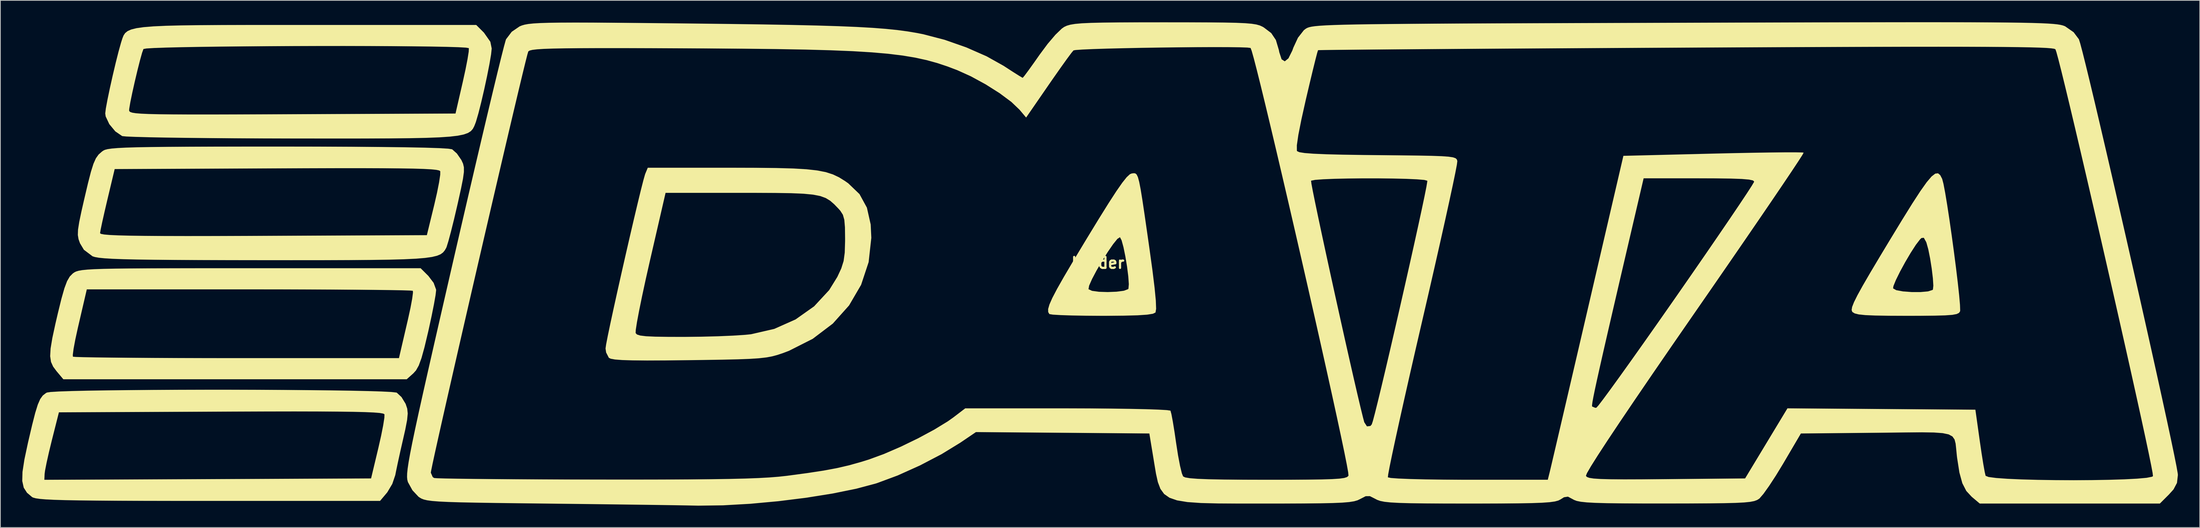
<source format=kicad_pcb>
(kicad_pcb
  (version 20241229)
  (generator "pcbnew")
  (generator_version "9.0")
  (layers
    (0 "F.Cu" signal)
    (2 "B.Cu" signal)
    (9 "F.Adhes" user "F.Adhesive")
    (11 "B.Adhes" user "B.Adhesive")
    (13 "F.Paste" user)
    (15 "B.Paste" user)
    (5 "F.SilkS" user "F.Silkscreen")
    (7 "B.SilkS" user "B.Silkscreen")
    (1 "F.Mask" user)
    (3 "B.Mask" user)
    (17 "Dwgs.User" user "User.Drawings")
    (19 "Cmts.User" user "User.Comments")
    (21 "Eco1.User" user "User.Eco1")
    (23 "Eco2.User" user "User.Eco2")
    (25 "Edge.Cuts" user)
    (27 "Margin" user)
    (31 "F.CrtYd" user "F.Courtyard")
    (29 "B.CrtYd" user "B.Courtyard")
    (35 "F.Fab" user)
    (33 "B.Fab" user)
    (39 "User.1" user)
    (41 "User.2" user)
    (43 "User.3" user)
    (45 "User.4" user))
  (footprint "border"
    (layer "F.Cu")
    (at 147.447 33.031)
    (property "Reference" "border" (at 0 0 0) (layer "F.SilkS") (effects (font (size 1.5 1.5) (thickness 0.3))))
    (attr board_only exclude_from_pos_files exclude_from_bom)
    (fp_poly (pts (xy 5.119 -12.292) (xy 5.311 -12.138) (xy 5.487 -11.772) (xy 5.664 -11.117) (xy 5.863 -10.098) (xy 6.1 -8.637) (xy 6.395 -6.658) (xy 6.766 -4.084) (xy 7.039 -2.177) (xy 7.472 0.956) (xy 7.772 3.397) (xy 7.942 5.171) (xy 7.983 6.297) (xy 7.899 6.8) (xy 7.896 6.804) (xy 7.541 6.975) (xy 6.744 7.101) (xy 5.437 7.188) (xy 3.551 7.238) (xy 1.019 7.257) (xy 0.56 7.257) (xy -1.619 7.245) (xy -3.545 7.212) (xy -5.102 7.16) (xy -6.174 7.096) (xy -6.645 7.021) (xy -6.652 7.015) (xy -6.812 6.742) (xy -6.82 6.327) (xy -6.642 5.706) (xy -6.248 4.811) (xy -5.615 3.6) (xy -1.287 3.6) (xy -1.282 3.609) (xy -0.802 3.831) (xy 0.151 3.96) (xy 1.35 3.997) (xy 2.567 3.948) (xy 3.574 3.814) (xy 4.143 3.599) (xy 4.189 3.535) (xy 4.241 2.916) (xy 4.167 1.843) (xy 3.999 0.511) (xy 3.769 -0.886) (xy 3.51 -2.153) (xy 3.252 -3.098) (xy 3.03 -3.525) (xy 3.019 -3.529) (xy 2.672 -3.297) (xy 2.087 -2.572) (xy 1.355 -1.506) (xy 0.568 -0.251) (xy -0.182 1.04) (xy -0.802 2.213) (xy -1.201 3.118) (xy -1.287 3.6) (xy -5.615 3.6) (xy -5.603 3.577) (xy -4.675 1.937) (xy -3.431 -0.174) (xy -1.839 -2.822) (xy -1.542 -3.314) (xy 0.124 -6.046) (xy 1.469 -8.203) (xy 2.529 -9.839) (xy 3.344 -11.009) (xy 3.949 -11.767) (xy 4.385 -12.17) (xy 4.614 -12.27) (xy 4.893 -12.31)) (stroke (width 0) (type solid)) (fill yes) (layer "F.SilkS"))
    (fp_poly (pts (xy 115.468 -12.048) (xy 115.728 -11.545) (xy 115.738 -11.521) (xy 115.911 -10.859) (xy 116.145 -9.632) (xy 116.421 -7.963) (xy 116.725 -5.974) (xy 117.038 -3.79) (xy 117.345 -1.533) (xy 117.63 0.673) (xy 117.874 2.705) (xy 118.062 4.439) (xy 118.177 5.752) (xy 118.203 6.522) (xy 118.184 6.65) (xy 118.035 6.861) (xy 117.708 7.017) (xy 117.107 7.127) (xy 116.137 7.197) (xy 114.7 7.237) (xy 112.702 7.254) (xy 110.909 7.257) (xy 108.407 7.249) (xy 106.536 7.219) (xy 105.2 7.161) (xy 104.303 7.067) (xy 103.749 6.93) (xy 103.443 6.744) (xy 103.406 6.703) (xy 103.321 6.459) (xy 103.389 6.043) (xy 103.643 5.391) (xy 104.118 4.436) (xy 104.638 3.494) (xy 109.006 3.494) (xy 109.437 3.739) (xy 110.361 3.909) (xy 111.549 3.997) (xy 112.773 3.998) (xy 113.804 3.905) (xy 114.412 3.71) (xy 114.467 3.652) (xy 114.524 3.125) (xy 114.46 2.099) (xy 114.303 0.785) (xy 114.084 -0.605) (xy 113.833 -1.859) (xy 113.58 -2.768) (xy 113.54 -2.871) (xy 113.218 -3.453) (xy 112.891 -3.417) (xy 112.702 -3.234) (xy 112.129 -2.487) (xy 111.42 -1.388) (xy 110.665 -0.106) (xy 109.958 1.194) (xy 109.39 2.344) (xy 109.052 3.177) (xy 109.006 3.494) (xy 104.638 3.494) (xy 104.847 3.114) (xy 105.866 1.359) (xy 107.207 -0.894) (xy 108.532 -3.093) (xy 110.248 -5.915) (xy 111.64 -8.156) (xy 112.75 -9.863) (xy 113.617 -11.084) (xy 114.282 -11.865) (xy 114.785 -12.255) (xy 115.167 -12.3)) (stroke (width 0) (type solid)) (fill yes) (layer "F.SilkS"))
    (fp_poly (pts (xy -91.775 1.786) (xy -91.055 2.734) (xy -90.72 3.649) (xy -90.714 3.756) (xy -90.793 4.438) (xy -91.009 5.665) (xy -91.33 7.274) (xy -91.726 9.104) (xy -91.816 9.499) (xy -92.309 11.572) (xy -92.719 13.055) (xy -93.091 14.072) (xy -93.47 14.748) (xy -93.832 15.149) (xy -94.746 15.966) (xy -118.279 15.966) (xy -141.813 15.966) (xy -142.752 14.849) (xy -143.214 14.228) (xy -143.505 13.584) (xy -143.621 12.794) (xy -143.611 12.617) (xy -140.519 12.617) (xy -140.501 12.867) (xy -140.113 12.901) (xy -139.062 12.934) (xy -137.411 12.965) (xy -135.222 12.992) (xy -132.559 13.015) (xy -129.484 13.035) (xy -126.06 13.05) (xy -122.35 13.059) (xy -118.416 13.063) (xy -118.056 13.063) (xy -95.808 13.063) (xy -95.618 12.246) (xy -95.459 11.558) (xy -95.179 10.355) (xy -94.825 8.829) (xy -94.569 7.726) (xy -94.231 6.18) (xy -93.995 4.911) (xy -93.887 4.074) (xy -93.905 3.825) (xy -94.293 3.79) (xy -95.344 3.757) (xy -96.995 3.727) (xy -99.183 3.7) (xy -101.846 3.676) (xy -104.922 3.656) (xy -108.346 3.642) (xy -112.056 3.632) (xy -115.99 3.629) (xy -116.349 3.629) (xy -138.598 3.629) (xy -138.787 4.445) (xy -138.947 5.134) (xy -139.227 6.337) (xy -139.581 7.862) (xy -139.837 8.966) (xy -140.174 10.511) (xy -140.411 11.78) (xy -140.519 12.617) (xy -143.611 12.617) (xy -143.561 11.738) (xy -143.321 10.294) (xy -142.899 8.34) (xy -142.57 6.927) (xy -142.074 4.906) (xy -141.667 3.472) (xy -141.303 2.501) (xy -140.935 1.867) (xy -140.525 1.452) (xy -140.322 1.306) (xy -140.076 1.181) (xy -139.732 1.076) (xy -139.236 0.988) (xy -138.534 0.916) (xy -137.571 0.859) (xy -136.293 0.814) (xy -134.646 0.781) (xy -132.576 0.757) (xy -130.028 0.742) (xy -126.948 0.732) (xy -123.282 0.727) (xy -118.975 0.726) (xy -116.219 0.726) (xy -92.836 0.726)) (stroke (width 0) (type solid)) (fill yes) (layer "F.SilkS"))
    (fp_poly (pts (xy -118.788 17.402) (xy -115.166 17.411) (xy -111.645 17.429) (xy -108.302 17.455) (xy -105.211 17.489) (xy -102.448 17.532) (xy -100.088 17.583) (xy -98.206 17.642) (xy -96.877 17.71) (xy -96.177 17.786) (xy -96.103 17.809) (xy -95.458 18.409) (xy -94.902 19.323) (xy -94.882 19.37) (xy -94.674 19.991) (xy -94.606 20.662) (xy -94.69 21.558) (xy -94.939 22.854) (xy -95.232 24.149) (xy -95.618 25.843) (xy -95.965 27.423) (xy -96.223 28.657) (xy -96.31 29.109) (xy -96.721 30.323) (xy -97.403 31.47) (xy -97.474 31.558) (xy -98.399 32.657) (xy -121.872 32.657) (xy -126.668 32.655) (xy -130.79 32.649) (xy -134.288 32.636) (xy -137.214 32.617) (xy -139.619 32.59) (xy -141.553 32.554) (xy -143.069 32.508) (xy -144.217 32.451) (xy -145.048 32.381) (xy -145.613 32.297) (xy -145.964 32.199) (xy -146.101 32.127) (xy -146.798 31.536) (xy -147.244 30.84) (xy -147.447 29.926) (xy -147.443 29.76) (xy -144.417 29.76) (xy -122.023 29.666) (xy -99.63 29.573) (xy -98.634 25.4) (xy -98.255 23.725) (xy -97.971 22.289) (xy -97.809 21.249) (xy -97.794 20.771) (xy -97.965 20.674) (xy -98.436 20.592) (xy -99.253 20.525) (xy -100.461 20.472) (xy -102.106 20.432) (xy -104.234 20.404) (xy -106.889 20.388) (xy -110.118 20.382) (xy -113.966 20.387) (xy -118.478 20.401) (xy -120.186 20.408) (xy -142.421 20.501) (xy -143.383 24.311) (xy -143.784 25.96) (xy -144.11 27.418) (xy -144.322 28.497) (xy -144.381 28.941) (xy -144.417 29.76) (xy -147.443 29.76) (xy -147.414 28.676) (xy -147.152 26.975) (xy -146.67 24.707) (xy -146.611 24.452) (xy -146.087 22.217) (xy -145.67 20.584) (xy -145.317 19.443) (xy -144.987 18.685) (xy -144.639 18.2) (xy -144.23 17.879) (xy -144.07 17.788) (xy -143.566 17.71) (xy -142.411 17.641) (xy -140.681 17.581) (xy -138.452 17.529) (xy -135.797 17.487) (xy -132.793 17.453) (xy -129.515 17.427) (xy -126.038 17.41) (xy -122.438 17.402)) (stroke (width 0) (type solid)) (fill yes) (layer "F.SilkS"))
    (fp_poly (pts (xy -46.995 -13.055) (xy -44.119 -13.026) (xy -41.796 -12.962) (xy -39.941 -12.854) (xy -38.467 -12.689) (xy -37.289 -12.457) (xy -36.321 -12.145) (xy -35.476 -11.744) (xy -34.668 -11.241) (xy -34.216 -10.922) (xy -32.677 -9.444) (xy -31.663 -7.587) (xy -31.144 -5.278) (xy -31.057 -3.447) (xy -31.426 -0.107) (xy -32.457 3.005) (xy -34.107 5.833) (xy -36.333 8.323) (xy -39.093 10.416) (xy -42.343 12.059) (xy -43.221 12.391) (xy -43.939 12.63) (xy -44.648 12.82) (xy -45.446 12.968) (xy -46.43 13.08) (xy -47.695 13.164) (xy -49.338 13.227) (xy -51.456 13.277) (xy -54.145 13.32) (xy -56.061 13.345) (xy -59.27 13.38) (xy -61.82 13.389) (xy -63.78 13.373) (xy -65.215 13.328) (xy -66.194 13.252) (xy -66.784 13.144) (xy -67.038 13.018) (xy -67.409 12.293) (xy -67.491 11.742) (xy -67.411 11.188) (xy -67.188 10.033) (xy -67.103 9.626) (xy -63.365 9.626) (xy -63.18 9.822) (xy -62.733 9.964) (xy -61.931 10.061) (xy -60.679 10.119) (xy -58.882 10.145) (xy -56.708 10.149) (xy -54.379 10.124) (xy -52.083 10.065) (xy -50.007 9.976) (xy -48.342 9.867) (xy -47.554 9.787) (xy -44.36 9.053) (xy -41.441 7.754) (xy -38.899 5.956) (xy -36.836 3.729) (xy -35.716 1.916) (xy -35.176 0.757) (xy -34.855 -0.264) (xy -34.7 -1.417) (xy -34.654 -2.973) (xy -34.653 -3.327) (xy -34.672 -4.89) (xy -34.759 -5.92) (xy -34.955 -6.61) (xy -35.303 -7.153) (xy -35.56 -7.444) (xy -36.143 -8.05) (xy -36.694 -8.531) (xy -37.3 -8.902) (xy -38.051 -9.177) (xy -39.035 -9.37) (xy -40.34 -9.496) (xy -42.055 -9.57) (xy -44.269 -9.604) (xy -47.07 -9.615) (xy -48.953 -9.616) (xy -59.261 -9.616) (xy -61.415 -0.262) (xy -61.984 2.26) (xy -62.481 4.564) (xy -62.887 6.553) (xy -63.182 8.126) (xy -63.346 9.186) (xy -63.365 9.626) (xy -67.103 9.626) (xy -66.844 8.384) (xy -66.404 6.345) (xy -65.892 4.022) (xy -65.332 1.52) (xy -64.748 -1.054) (xy -64.164 -3.597) (xy -63.604 -6.001) (xy -63.092 -8.161) (xy -62.652 -9.973) (xy -62.307 -11.33) (xy -62.082 -12.127) (xy -62.04 -12.246) (xy -61.701 -13.063) (xy -50.511 -13.063)) (stroke (width 0) (type solid)) (fill yes) (layer "F.SilkS"))
    (fp_poly (pts (xy -107.016 -15.96) (xy -102.314 -15.942) (xy -98.283 -15.912) (xy -94.933 -15.871) (xy -92.273 -15.818) (xy -90.311 -15.754) (xy -89.056 -15.679) (xy -88.518 -15.593) (xy -88.517 -15.592) (xy -87.868 -15.016) (xy -87.26 -14.136) (xy -87.239 -14.097) (xy -87.02 -13.618) (xy -86.905 -13.121) (xy -86.905 -12.473) (xy -87.032 -11.543) (xy -87.3 -10.198) (xy -87.719 -8.305) (xy -87.823 -7.848) (xy -88.264 -5.964) (xy -88.68 -4.294) (xy -89.031 -2.987) (xy -89.279 -2.189) (xy -89.336 -2.056) (xy -89.529 -1.721) (xy -89.767 -1.433) (xy -90.103 -1.189) (xy -90.59 -0.986) (xy -91.282 -0.819) (xy -92.232 -0.685) (xy -93.493 -0.581) (xy -95.118 -0.502) (xy -97.162 -0.446) (xy -99.676 -0.409) (xy -102.714 -0.388) (xy -106.33 -0.377) (xy -110.576 -0.375) (xy -114.379 -0.377) (xy -119.087 -0.382) (xy -123.122 -0.393) (xy -126.537 -0.41) (xy -129.384 -0.434) (xy -131.715 -0.468) (xy -133.584 -0.511) (xy -135.042 -0.565) (xy -136.143 -0.632) (xy -136.939 -0.712) (xy -137.483 -0.807) (xy -137.809 -0.91) (xy -138.997 -1.806) (xy -139.53 -2.693) (xy -139.732 -3.256) (xy -139.827 -3.835) (xy -139.818 -4.079) (xy -136.782 -4.079) (xy -136.651 -3.983) (xy -136.223 -3.902) (xy -135.452 -3.835) (xy -134.292 -3.782) (xy -132.698 -3.741) (xy -130.626 -3.713) (xy -128.029 -3.697) (xy -124.863 -3.691) (xy -121.082 -3.695) (xy -116.642 -3.708) (xy -114.391 -3.717) (xy -91.984 -3.81) (xy -90.973 -7.957) (xy -90.59 -9.629) (xy -90.306 -11.065) (xy -90.15 -12.108) (xy -90.146 -12.587) (xy -90.296 -12.688) (xy -90.695 -12.773) (xy -91.391 -12.844) (xy -92.434 -12.9) (xy -93.87 -12.944) (xy -95.75 -12.974) (xy -98.122 -12.993) (xy -101.034 -13.002) (xy -104.534 -13) (xy -108.673 -12.99) (xy -112.553 -12.975) (xy -134.776 -12.881) (xy -135.771 -8.709) (xy -136.163 -7.032) (xy -136.486 -5.595) (xy -136.703 -4.555) (xy -136.782 -4.079) (xy -139.818 -4.079) (xy -139.801 -4.572) (xy -139.639 -5.61) (xy -139.329 -7.093) (xy -138.949 -8.758) (xy -138.439 -10.926) (xy -138.034 -12.503) (xy -137.687 -13.606) (xy -137.353 -14.356) (xy -136.986 -14.871) (xy -136.538 -15.268) (xy -136.351 -15.403) (xy -136.119 -15.518) (xy -135.743 -15.616) (xy -135.169 -15.699) (xy -134.345 -15.768) (xy -133.217 -15.825) (xy -131.733 -15.87) (xy -129.841 -15.904) (xy -127.486 -15.93) (xy -124.618 -15.947) (xy -121.182 -15.958) (xy -117.126 -15.964) (xy -112.397 -15.966) (xy -112.381 -15.966)) (stroke (width 0) (type solid)) (fill yes) (layer "F.SilkS"))
    (fp_poly (pts (xy -108.303 -32.657) (xy -85.216 -32.657) (xy -84.155 -31.596) (xy -83.28 -30.349) (xy -83.094 -29.426) (xy -83.179 -28.614) (xy -83.405 -27.285) (xy -83.732 -25.626) (xy -84.12 -23.822) (xy -84.529 -22.06) (xy -84.917 -20.527) (xy -85.244 -19.406) (xy -85.329 -19.166) (xy -85.494 -18.75) (xy -85.683 -18.393) (xy -85.948 -18.09) (xy -86.342 -17.837) (xy -86.919 -17.629) (xy -87.729 -17.462) (xy -88.828 -17.331) (xy -90.266 -17.233) (xy -92.098 -17.162) (xy -94.375 -17.116) (xy -97.151 -17.088) (xy -100.477 -17.075) (xy -104.408 -17.072) (xy -108.996 -17.076) (xy -110.545 -17.077) (xy -114.533 -17.086) (xy -118.319 -17.104) (xy -121.839 -17.13) (xy -125.027 -17.163) (xy -127.819 -17.203) (xy -130.151 -17.248) (xy -131.957 -17.297) (xy -133.173 -17.349) (xy -133.735 -17.404) (xy -133.753 -17.41) (xy -134.691 -18.053) (xy -135.515 -19.046) (xy -136.012 -20.103) (xy -136.071 -20.518) (xy -136.018 -20.952) (xy -132.799 -20.952) (xy -132.769 -20.822) (xy -132.641 -20.71) (xy -132.362 -20.618) (xy -131.878 -20.542) (xy -131.137 -20.482) (xy -130.086 -20.436) (xy -128.671 -20.403) (xy -126.84 -20.383) (xy -124.539 -20.373) (xy -121.716 -20.372) (xy -118.317 -20.379) (xy -114.289 -20.392) (xy -110.431 -20.408) (xy -88.056 -20.501) (xy -87.057 -24.85) (xy -86.687 -26.54) (xy -86.408 -27.971) (xy -86.246 -28.996) (xy -86.228 -29.47) (xy -86.231 -29.476) (xy -86.626 -29.544) (xy -87.67 -29.603) (xy -89.288 -29.652) (xy -91.402 -29.693) (xy -93.937 -29.724) (xy -96.815 -29.747) (xy -99.962 -29.762) (xy -103.3 -29.769) (xy -106.753 -29.767) (xy -110.245 -29.758) (xy -113.699 -29.741) (xy -117.04 -29.717) (xy -120.191 -29.686) (xy -123.075 -29.648) (xy -125.616 -29.603) (xy -127.739 -29.551) (xy -129.366 -29.493) (xy -130.422 -29.429) (xy -130.83 -29.359) (xy -130.831 -29.358) (xy -131.021 -28.832) (xy -131.313 -27.781) (xy -131.664 -26.391) (xy -132.03 -24.848) (xy -132.367 -23.338) (xy -132.632 -22.048) (xy -132.781 -21.163) (xy -132.799 -20.952) (xy -136.018 -20.952) (xy -135.988 -21.201) (xy -135.763 -22.411) (xy -135.438 -23.972) (xy -135.05 -25.706) (xy -134.641 -27.439) (xy -134.249 -28.993) (xy -133.915 -30.193) (xy -133.852 -30.396) (xy -133.711 -30.837) (xy -133.559 -31.217) (xy -133.343 -31.54) (xy -133.011 -31.811) (xy -132.511 -32.034) (xy -131.792 -32.214) (xy -130.801 -32.355) (xy -129.486 -32.463) (xy -127.795 -32.542) (xy -125.676 -32.596) (xy -123.077 -32.63) (xy -119.947 -32.648) (xy -116.232 -32.656) (xy -111.881 -32.657)) (stroke (width 0) (type solid)) (fill yes) (layer "F.SilkS"))
    (fp_poly (pts (xy 116.843 -33.029) (xy 119.882 -33.021) (xy 122.486 -33.008) (xy 124.69 -32.989) (xy 126.53 -32.964) (xy 128.043 -32.932) (xy 129.265 -32.894) (xy 130.232 -32.849) (xy 130.981 -32.796) (xy 131.547 -32.735) (xy 131.968 -32.666) (xy 132.278 -32.588) (xy 132.515 -32.502) (xy 132.598 -32.464) (xy 133.756 -31.657) (xy 134.476 -30.695) (xy 134.658 -30.121) (xy 134.98 -28.906) (xy 135.428 -27.114) (xy 135.987 -24.812) (xy 136.642 -22.066) (xy 137.377 -18.94) (xy 138.179 -15.5) (xy 139.033 -11.812) (xy 139.922 -7.942) (xy 140.834 -3.955) (xy 141.751 0.083) (xy 142.661 4.107) (xy 143.548 8.051) (xy 144.396 11.849) (xy 145.192 15.436) (xy 145.919 18.747) (xy 146.565 21.716) (xy 147.112 24.276) (xy 147.547 26.363) (xy 147.855 27.912) (xy 148.021 28.855) (xy 148.046 29.094) (xy 147.922 30.185) (xy 147.448 31.081) (xy 146.812 31.786) (xy 145.578 33.02) (xy 133.233 33.02) (xy 120.887 33.02) (xy 119.778 32.086) (xy 119.041 31.29) (xy 118.499 30.234) (xy 118.097 28.769) (xy 117.781 26.745) (xy 117.75 26.489) (xy 117.657 25.542) (xy 117.578 24.796) (xy 117.432 24.228) (xy 117.141 23.814) (xy 116.625 23.531) (xy 115.807 23.358) (xy 114.607 23.27) (xy 112.946 23.246) (xy 110.745 23.262) (xy 107.925 23.296) (xy 106.759 23.308) (xy 96.368 23.404) (xy 93.93 27.556) (xy 92.95 29.167) (xy 92.02 30.592) (xy 91.237 31.689) (xy 90.699 32.315) (xy 90.65 32.356) (xy 90.367 32.534) (xy 89.981 32.677) (xy 89.413 32.788) (xy 88.586 32.871) (xy 87.422 32.931) (xy 85.842 32.97) (xy 83.769 32.995) (xy 81.124 33.007) (xy 77.911 33.012) (xy 74.59 33.01) (xy 71.919 32.998) (xy 69.82 32.972) (xy 68.218 32.928) (xy 67.036 32.863) (xy 66.198 32.774) (xy 65.627 32.658) (xy 65.248 32.51) (xy 65.136 32.444) (xy 64.436 32.073) (xy 63.89 32.156) (xy 63.435 32.444) (xy 63.123 32.605) (xy 62.649 32.734) (xy 61.934 32.834) (xy 60.902 32.908) (xy 59.477 32.96) (xy 57.582 32.994) (xy 55.142 33.012) (xy 52.078 33.02) (xy 50.866 33.02) (xy 47.588 33.017) (xy 44.957 33.004) (xy 42.892 32.978) (xy 41.315 32.934) (xy 40.145 32.87) (xy 39.303 32.781) (xy 38.709 32.663) (xy 38.285 32.513) (xy 38.065 32.397) (xy 37.289 32.003) (xy 36.708 32.011) (xy 35.958 32.397) (xy 35.601 32.57) (xy 35.127 32.708) (xy 34.456 32.815) (xy 33.509 32.895) (xy 32.207 32.951) (xy 30.47 32.988) (xy 28.221 33.009) (xy 25.378 33.019) (xy 23.058 33.02) (xy 19.45 33.021) (xy 16.496 33.007) (xy 14.127 32.948) (xy 12.271 32.817) (xy 10.858 32.585) (xy 9.818 32.224) (xy 9.079 31.706) (xy 8.571 31.003) (xy 8.224 30.086) (xy 7.966 28.927) (xy 7.727 27.498) (xy 7.622 26.851) (xy 7.054 23.404) (xy -4.831 23.309) (xy -16.717 23.213) (xy -18.847 24.66) (xy -21.415 26.235) (xy -24.384 27.787) (xy -27.446 29.166) (xy -30.29 30.222) (xy -30.436 30.268) (xy -33.127 30.986) (xy -36.368 31.645) (xy -39.987 32.223) (xy -43.81 32.7) (xy -47.664 33.054) (xy -51.375 33.264) (xy -54.769 33.309) (xy -55.336 33.298) (xy -56.381 33.277) (xy -58.061 33.249) (xy -60.284 33.216) (xy -62.958 33.179) (xy -65.994 33.14) (xy -69.298 33.098) (xy -72.781 33.057) (xy -75.357 33.027) (xy -79.282 32.982) (xy -82.546 32.941) (xy -85.216 32.899) (xy -87.356 32.855) (xy -89.033 32.804) (xy -90.312 32.742) (xy -91.258 32.667) (xy -91.937 32.575) (xy -92.414 32.461) (xy -92.756 32.324) (xy -93.027 32.158) (xy -93.137 32.078) (xy -93.962 31.196) (xy -94.572 30.09) (xy -94.597 30.017) (xy -94.666 29.741) (xy -94.699 29.381) (xy -94.686 28.891) (xy -94.675 28.786) (xy -91.44 28.786) (xy -91.18 29.384) (xy -90.986 29.514) (xy -90.551 29.547) (xy -89.454 29.58) (xy -87.761 29.61) (xy -85.534 29.639) (xy -82.84 29.664) (xy -79.741 29.686) (xy -76.303 29.704) (xy -72.59 29.718) (xy -68.689 29.726) (xy -63.839 29.729) (xy -59.653 29.723) (xy -56.069 29.707) (xy -53.026 29.68) (xy -50.461 29.641) (xy -48.314 29.589) (xy -46.523 29.521) (xy -45.025 29.438) (xy -43.76 29.337) (xy -42.665 29.218) (xy -42.564 29.205) (xy -39.807 28.835) (xy -37.595 28.496) (xy -35.751 28.152) (xy -34.095 27.767) (xy -32.451 27.306) (xy -31.387 26.975) (xy -29.33 26.221) (xy -27.01 25.216) (xy -24.637 24.064) (xy -22.423 22.871) (xy -20.577 21.742) (xy -19.822 21.206) (xy -18.186 19.957) (xy -4.216 19.957) (xy -1.076 19.965) (xy 1.822 19.988) (xy 4.4 20.025) (xy 6.578 20.072) (xy 8.279 20.13) (xy 9.424 20.195) (xy 9.935 20.266) (xy 9.953 20.279) (xy 10.08 20.749) (xy 10.274 21.78) (xy 10.507 23.216) (xy 10.726 24.718) (xy 10.988 26.401) (xy 11.26 27.838) (xy 11.509 28.863) (xy 11.682 29.295) (xy 11.967 29.433) (xy 12.611 29.542) (xy 13.676 29.626) (xy 15.224 29.687) (xy 17.316 29.727) (xy 20.014 29.748) (xy 23.097 29.754) (xy 26.25 29.751) (xy 28.751 29.737) (xy 30.678 29.711) (xy 32.105 29.666) (xy 33.108 29.601) (xy 33.762 29.51) (xy 34.141 29.391) (xy 34.322 29.239) (xy 34.352 29.18) (xy 34.311 28.735) (xy 34.117 27.65) (xy 33.787 25.989) (xy 33.333 23.818) (xy 32.772 21.199) (xy 32.117 18.197) (xy 31.383 14.876) (xy 30.586 11.301) (xy 29.739 7.536) (xy 28.857 3.644) (xy 27.956 -0.309) (xy 27.05 -4.259) (xy 26.153 -8.143) (xy 25.425 -11.271) (xy 29.224 -11.271) (xy 29.271 -10.882) (xy 29.46 -9.871) (xy 29.773 -8.322) (xy 30.19 -6.321) (xy 30.694 -3.952) (xy 31.265 -1.302) (xy 31.884 1.545) (xy 32.533 4.505) (xy 33.194 7.491) (xy 33.846 10.418) (xy 34.473 13.202) (xy 35.054 15.758) (xy 35.572 18) (xy 36.007 19.843) (xy 36.341 21.202) (xy 36.516 21.862) (xy 36.884 22.43) (xy 37.362 22.372) (xy 37.542 22.156) (xy 37.694 21.695) (xy 37.978 20.621) (xy 38.377 19.019) (xy 38.871 16.974) (xy 39.441 14.572) (xy 40.067 11.896) (xy 40.729 9.033) (xy 41.409 6.067) (xy 42.087 3.083) (xy 42.744 0.166) (xy 43.36 -2.598) (xy 43.916 -5.125) (xy 44.393 -7.33) (xy 44.771 -9.127) (xy 45.031 -10.431) (xy 45.153 -11.159) (xy 45.156 -11.28) (xy 44.742 -11.388) (xy 43.732 -11.474) (xy 42.256 -11.539) (xy 40.444 -11.582) (xy 38.426 -11.604) (xy 36.331 -11.605) (xy 34.289 -11.584) (xy 32.43 -11.543) (xy 30.884 -11.48) (xy 29.78 -11.397) (xy 29.249 -11.292) (xy 29.224 -11.271) (xy 25.425 -11.271) (xy 25.28 -11.896) (xy 24.446 -15.454) (xy 24.282 -16.149) (xy 27.274 -16.149) (xy 27.277 -15.414) (xy 27.311 -15.336) (xy 27.619 -15.196) (xy 28.343 -15.081) (xy 29.539 -14.988) (xy 31.263 -14.913) (xy 33.571 -14.855) (xy 36.518 -14.811) (xy 38.412 -14.792) (xy 41.485 -14.763) (xy 43.911 -14.733) (xy 45.765 -14.697) (xy 47.128 -14.648) (xy 48.075 -14.58) (xy 48.684 -14.488) (xy 49.034 -14.365) (xy 49.202 -14.206) (xy 49.266 -14.004) (xy 49.272 -13.961) (xy 49.211 -13.483) (xy 48.998 -12.363) (xy 48.646 -10.664) (xy 48.17 -8.451) (xy 47.585 -5.787) (xy 46.903 -2.736) (xy 46.14 0.637) (xy 45.309 4.269) (xy 44.462 7.932) (xy 43.582 11.737) (xy 42.76 15.333) (xy 42.009 18.659) (xy 41.342 21.651) (xy 40.773 24.247) (xy 40.316 26.384) (xy 39.984 28.001) (xy 39.792 29.035) (xy 39.752 29.422) (xy 40.158 29.51) (xy 41.208 29.587) (xy 42.822 29.653) (xy 44.917 29.705) (xy 47.413 29.739) (xy 50.229 29.754) (xy 50.815 29.754) (xy 61.672 29.754) (xy 61.923 28.756) (xy 62.049 28.23) (xy 62.323 27.062) (xy 62.732 25.316) (xy 63.259 23.059) (xy 63.89 20.354) (xy 64.047 19.678) (xy 67.741 19.678) (xy 67.75 19.704) (xy 68.192 19.888) (xy 68.341 19.86) (xy 68.624 19.544) (xy 69.279 18.687) (xy 70.266 17.347) (xy 71.543 15.58) (xy 73.071 13.442) (xy 74.807 10.991) (xy 76.713 8.282) (xy 78.747 5.373) (xy 79.348 4.51) (xy 81.404 1.547) (xy 83.33 -1.243) (xy 85.085 -3.802) (xy 86.632 -6.072) (xy 87.93 -7.995) (xy 88.941 -9.515) (xy 89.625 -10.571) (xy 89.943 -11.108) (xy 89.962 -11.158) (xy 89.805 -11.317) (xy 89.266 -11.437) (xy 88.274 -11.522) (xy 86.757 -11.576) (xy 84.645 -11.605) (xy 82.4 -11.611) (xy 74.811 -11.611) (xy 73.689 -6.804) (xy 72.516 -1.776) (xy 71.499 2.59) (xy 70.63 6.339) (xy 69.896 9.516) (xy 69.289 12.164) (xy 68.799 14.33) (xy 68.415 16.057) (xy 68.127 17.39) (xy 67.926 18.374) (xy 67.801 19.054) (xy 67.743 19.474) (xy 67.741 19.678) (xy 64.047 19.678) (xy 64.609 17.267) (xy 65.401 13.863) (xy 66.251 10.207) (xy 67.105 6.531) (xy 72.036 -14.696) (xy 84.306 -15.001) (xy 87.216 -15.068) (xy 89.89 -15.12) (xy 92.242 -15.156) (xy 94.188 -15.176) (xy 95.642 -15.177) (xy 96.519 -15.159) (xy 96.747 -15.134) (xy 96.574 -14.815) (xy 96.018 -13.948) (xy 95.112 -12.579) (xy 93.887 -10.756) (xy 92.376 -8.525) (xy 90.61 -5.935) (xy 88.621 -3.031) (xy 86.442 0.139) (xy 84.105 3.528) (xy 81.804 6.854) (xy 78.745 11.281) (xy 76.007 15.267) (xy 73.603 18.793) (xy 71.546 21.839) (xy 69.848 24.388) (xy 68.523 26.419) (xy 67.582 27.915) (xy 67.038 28.856) (xy 66.9 29.217) (xy 67.039 29.375) (xy 67.371 29.497) (xy 67.972 29.588) (xy 68.917 29.65) (xy 70.281 29.687) (xy 72.138 29.7) (xy 74.565 29.694) (xy 77.636 29.671) (xy 77.914 29.669) (xy 88.719 29.573) (xy 91.621 24.763) (xy 94.524 19.954) (xy 107.406 20.046) (xy 120.287 20.139) (xy 120.886 24.408) (xy 121.138 26.13) (xy 121.375 27.617) (xy 121.57 28.704) (xy 121.691 29.216) (xy 122.101 29.376) (xy 123.13 29.511) (xy 124.669 29.622) (xy 126.61 29.708) (xy 128.848 29.769) (xy 131.274 29.805) (xy 133.78 29.816) (xy 136.261 29.802) (xy 138.607 29.762) (xy 140.712 29.696) (xy 142.469 29.604) (xy 143.769 29.486) (xy 144.506 29.341) (xy 144.63 29.258) (xy 144.583 28.83) (xy 144.383 27.76) (xy 144.047 26.113) (xy 143.59 23.952) (xy 143.025 21.342) (xy 142.367 18.348) (xy 141.632 15.034) (xy 140.833 11.463) (xy 139.986 7.702) (xy 139.105 3.813) (xy 138.205 -0.138) (xy 137.301 -4.088) (xy 136.407 -7.971) (xy 135.538 -11.724) (xy 134.709 -15.283) (xy 133.935 -18.581) (xy 133.229 -21.557) (xy 132.607 -24.144) (xy 132.084 -26.279) (xy 131.674 -27.897) (xy 131.392 -28.934) (xy 131.257 -29.321) (xy 131.092 -29.389) (xy 130.694 -29.448) (xy 130.03 -29.501) (xy 129.068 -29.546) (xy 127.775 -29.583) (xy 126.12 -29.613) (xy 124.07 -29.637) (xy 121.593 -29.653) (xy 118.656 -29.663) (xy 115.228 -29.666) (xy 111.276 -29.663) (xy 106.768 -29.653) (xy 101.672 -29.637) (xy 95.955 -29.615) (xy 89.585 -29.587) (xy 82.531 -29.554) (xy 80.584 -29.544) (xy 74.603 -29.514) (xy 68.823 -29.483) (xy 63.286 -29.452) (xy 58.032 -29.421) (xy 53.103 -29.391) (xy 48.542 -29.361) (xy 44.388 -29.333) (xy 40.683 -29.306) (xy 37.47 -29.281) (xy 34.788 -29.257) (xy 32.681 -29.236) (xy 31.188 -29.217) (xy 30.351 -29.202) (xy 30.179 -29.193) (xy 30.063 -28.824) (xy 29.813 -27.86) (xy 29.455 -26.411) (xy 29.018 -24.589) (xy 28.528 -22.505) (xy 28.512 -22.438) (xy 27.894 -19.668) (xy 27.48 -17.569) (xy 27.274 -16.149) (xy 24.282 -16.149) (xy 23.665 -18.753) (xy 22.953 -21.727) (xy 22.324 -24.314) (xy 21.792 -26.449) (xy 21.373 -28.068) (xy 21.081 -29.106) (xy 20.931 -29.499) (xy 20.494 -29.554) (xy 19.436 -29.591) (xy 17.864 -29.611) (xy 15.881 -29.616) (xy 13.594 -29.608) (xy 11.108 -29.587) (xy 8.527 -29.555) (xy 5.957 -29.514) (xy 3.503 -29.464) (xy 1.27 -29.409) (xy -0.636 -29.348) (xy -2.111 -29.283) (xy -3.049 -29.217) (xy -3.339 -29.165) (xy -3.624 -28.825) (xy -4.241 -27.994) (xy -5.11 -26.779) (xy -6.154 -25.289) (xy -6.716 -24.478) (xy -9.837 -19.949) (xy -10.744 -21.027) (xy -11.86 -22.093) (xy -13.469 -23.291) (xy -15.382 -24.503) (xy -17.411 -25.609) (xy -19.258 -26.445) (xy -20.648 -26.972) (xy -22.037 -27.433) (xy -23.482 -27.831) (xy -25.042 -28.172) (xy -26.776 -28.461) (xy -28.742 -28.701) (xy -30.997 -28.898) (xy -33.601 -29.057) (xy -36.612 -29.181) (xy -40.087 -29.277) (xy -44.086 -29.348) (xy -48.667 -29.399) (xy -53.887 -29.435) (xy -56.576 -29.448) (xy -61.097 -29.466) (xy -64.945 -29.476) (xy -68.174 -29.477) (xy -70.836 -29.468) (xy -72.984 -29.449) (xy -74.672 -29.417) (xy -75.953 -29.372) (xy -76.879 -29.313) (xy -77.504 -29.238) (xy -77.881 -29.148) (xy -78.062 -29.039) (xy -78.081 -29.012) (xy -78.206 -28.589) (xy -78.476 -27.524) (xy -78.878 -25.88) (xy -79.395 -23.724) (xy -80.013 -21.119) (xy -80.718 -18.132) (xy -81.493 -14.826) (xy -82.324 -11.267) (xy -83.197 -7.52) (xy -84.095 -3.649) (xy -85.004 0.28) (xy -85.909 4.202) (xy -86.795 8.054) (xy -87.647 11.769) (xy -88.449 15.283) (xy -89.188 18.53) (xy -89.848 21.447) (xy -90.413 23.968) (xy -90.87 26.028) (xy -91.202 27.562) (xy -91.395 28.506) (xy -91.44 28.786) (xy -94.675 28.786) (xy -94.618 28.223) (xy -94.485 27.332) (xy -94.277 26.17) (xy -93.986 24.691) (xy -93.601 22.848) (xy -93.113 20.595) (xy -92.512 17.885) (xy -91.788 14.672) (xy -90.933 10.908) (xy -89.936 6.547) (xy -88.788 1.543) (xy -88.335 -0.428) (xy -87.296 -4.933) (xy -86.295 -9.252) (xy -85.344 -13.33) (xy -84.456 -17.112) (xy -83.644 -20.544) (xy -82.922 -23.57) (xy -82.302 -26.135) (xy -81.798 -28.185) (xy -81.422 -29.665) (xy -81.188 -30.519) (xy -81.128 -30.695) (xy -80.35 -31.72) (xy -79.275 -32.456) (xy -78.96 -32.587) (xy -78.577 -32.698) (xy -78.07 -32.79) (xy -77.38 -32.862) (xy -76.453 -32.917) (xy -75.23 -32.955) (xy -73.655 -32.977) (xy -71.672 -32.984) (xy -69.223 -32.978) (xy -66.252 -32.958) (xy -62.702 -32.927) (xy -58.517 -32.884) (xy -55.747 -32.854) (xy -50.503 -32.793) (xy -45.924 -32.729) (xy -41.952 -32.658) (xy -38.525 -32.579) (xy -35.583 -32.489) (xy -33.067 -32.384) (xy -30.917 -32.262) (xy -29.072 -32.12) (xy -27.472 -31.956) (xy -26.058 -31.766) (xy -24.769 -31.548) (xy -23.936 -31.382) (xy -21.013 -30.62) (xy -18.032 -29.575) (xy -15.252 -28.352) (xy -12.93 -27.052) (xy -12.875 -27.016) (xy -11.724 -26.268) (xy -10.831 -25.703) (xy -10.348 -25.417) (xy -10.306 -25.4) (xy -10.068 -25.679) (xy -9.508 -26.432) (xy -8.716 -27.538) (xy -7.989 -28.575) (xy -6.883 -30.064) (xy -5.825 -31.308) (xy -4.947 -32.157) (xy -4.62 -32.385) (xy -4.247 -32.557) (xy -3.771 -32.694) (xy -3.113 -32.802) (xy -2.197 -32.884) (xy -0.944 -32.942) (xy 0.722 -32.981) (xy 2.88 -33.005) (xy 5.606 -33.016) (xy 8.979 -33.019) (xy 9.066 -33.019) (xy 12.428 -33.016) (xy 15.143 -33.007) (xy 17.288 -32.987) (xy 18.941 -32.952) (xy 20.182 -32.898) (xy 21.087 -32.821) (xy 21.736 -32.717) (xy 22.205 -32.583) (xy 22.573 -32.413) (xy 22.746 -32.312) (xy 23.765 -31.539) (xy 24.399 -30.593) (xy 24.807 -29.22) (xy 24.867 -28.913) (xy 25.186 -27.941) (xy 25.617 -27.665) (xy 26.12 -28.072) (xy 26.654 -29.147) (xy 26.795 -29.543) (xy 27.425 -30.903) (xy 28.221 -31.921) (xy 28.399 -32.067) (xy 28.547 -32.17) (xy 28.723 -32.263) (xy 28.962 -32.347) (xy 29.3 -32.422) (xy 29.773 -32.489) (xy 30.419 -32.549) (xy 31.271 -32.602) (xy 32.368 -32.648) (xy 33.744 -32.69) (xy 35.436 -32.726) (xy 37.48 -32.757) (xy 39.911 -32.785) (xy 42.767 -32.81) (xy 46.083 -32.833) (xy 49.895 -32.854) (xy 54.24 -32.873) (xy 59.152 -32.892) (xy 64.669 -32.911) (xy 70.827 -32.93) (xy 77.661 -32.951) (xy 80.319 -32.959) (xy 87.424 -32.98) (xy 93.839 -32.997) (xy 99.602 -33.012) (xy 104.747 -33.022) (xy 109.311 -33.029) (xy 113.331 -33.031)) (stroke (width 0) (type solid)) (fill yes) (layer "F.SilkS")))
  (gr_rect
    (start -3 -3)
    (end 298.493 69.341)
    (stroke (width 0.1) (type default))
    (fill no)
    (layer "Edge.Cuts")))
</source>
